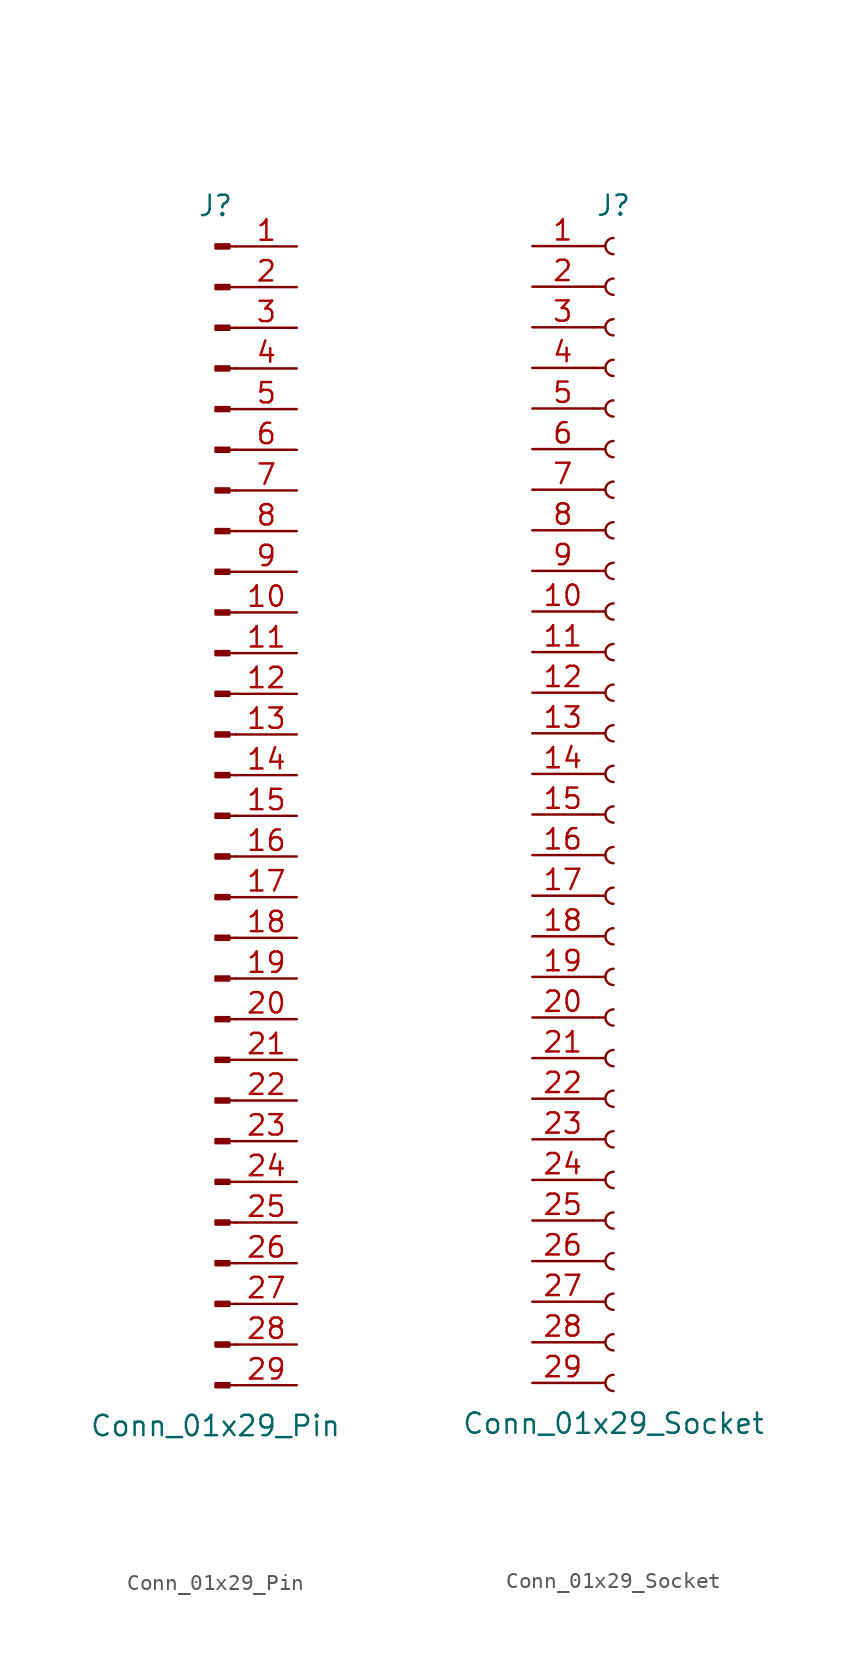
<source format=kicad_sym>
(kicad_symbol_lib
  (version 20220914)
  (generator kicad_symbol_editor)
  (symbol "Conn_01x29_Pin"
    (pin_names
      (offset 1.016) hide)
    (property "Reference" "J"
      (at 0 38.1 0)
      (effects (font (size 1.27 1.27))))
    (property "Value" "Conn_01x29_Pin"
      (at 0 -38.1 0)
      (effects (font (size 1.27 1.27))))
    (property "ki_locked" ""
      (at 0 0 0)
      (effects (font (size 1.27 1.27))))
    (symbol "Conn_01x29_Pin_1_1"
      (polyline (pts (xy 1.27 -35.56) (xy 0.864 -35.56)) (stroke (width 0.152) (type default)) (fill (type none)))
      (polyline (pts (xy 1.27 -33.02) (xy 0.864 -33.02)) (stroke (width 0.152) (type default)) (fill (type none)))
      (polyline (pts (xy 1.27 -30.48) (xy 0.864 -30.48)) (stroke (width 0.152) (type default)) (fill (type none)))
      (polyline (pts (xy 1.27 -27.94) (xy 0.864 -27.94)) (stroke (width 0.152) (type default)) (fill (type none)))
      (polyline (pts (xy 1.27 -25.4) (xy 0.864 -25.4)) (stroke (width 0.152) (type default)) (fill (type none)))
      (polyline (pts (xy 1.27 -22.86) (xy 0.864 -22.86)) (stroke (width 0.152) (type default)) (fill (type none)))
      (polyline (pts (xy 1.27 -20.32) (xy 0.864 -20.32)) (stroke (width 0.152) (type default)) (fill (type none)))
      (polyline (pts (xy 1.27 -17.78) (xy 0.864 -17.78)) (stroke (width 0.152) (type default)) (fill (type none)))
      (polyline (pts (xy 1.27 -15.24) (xy 0.864 -15.24)) (stroke (width 0.152) (type default)) (fill (type none)))
      (polyline (pts (xy 1.27 -12.7) (xy 0.864 -12.7)) (stroke (width 0.152) (type default)) (fill (type none)))
      (polyline (pts (xy 1.27 -10.16) (xy 0.864 -10.16)) (stroke (width 0.152) (type default)) (fill (type none)))
      (polyline (pts (xy 1.27 -7.62) (xy 0.864 -7.62)) (stroke (width 0.152) (type default)) (fill (type none)))
      (polyline (pts (xy 1.27 -5.08) (xy 0.864 -5.08)) (stroke (width 0.152) (type default)) (fill (type none)))
      (polyline (pts (xy 1.27 -2.54) (xy 0.864 -2.54)) (stroke (width 0.152) (type default)) (fill (type none)))
      (polyline (pts (xy 1.27 0) (xy 0.864 0)) (stroke (width 0.152) (type default)) (fill (type none)))
      (polyline (pts (xy 1.27 2.54) (xy 0.864 2.54)) (stroke (width 0.152) (type default)) (fill (type none)))
      (polyline (pts (xy 1.27 5.08) (xy 0.864 5.08)) (stroke (width 0.152) (type default)) (fill (type none)))
      (polyline (pts (xy 1.27 7.62) (xy 0.864 7.62)) (stroke (width 0.152) (type default)) (fill (type none)))
      (polyline (pts (xy 1.27 10.16) (xy 0.864 10.16)) (stroke (width 0.152) (type default)) (fill (type none)))
      (polyline (pts (xy 1.27 12.7) (xy 0.864 12.7)) (stroke (width 0.152) (type default)) (fill (type none)))
      (polyline (pts (xy 1.27 15.24) (xy 0.864 15.24)) (stroke (width 0.152) (type default)) (fill (type none)))
      (polyline (pts (xy 1.27 17.78) (xy 0.864 17.78)) (stroke (width 0.152) (type default)) (fill (type none)))
      (polyline (pts (xy 1.27 20.32) (xy 0.864 20.32)) (stroke (width 0.152) (type default)) (fill (type none)))
      (polyline (pts (xy 1.27 22.86) (xy 0.864 22.86)) (stroke (width 0.152) (type default)) (fill (type none)))
      (polyline (pts (xy 1.27 25.4) (xy 0.864 25.4)) (stroke (width 0.152) (type default)) (fill (type none)))
      (polyline (pts (xy 1.27 27.94) (xy 0.864 27.94)) (stroke (width 0.152) (type default)) (fill (type none)))
      (polyline (pts (xy 1.27 30.48) (xy 0.864 30.48)) (stroke (width 0.152) (type default)) (fill (type none)))
      (polyline (pts (xy 1.27 33.02) (xy 0.864 33.02)) (stroke (width 0.152) (type default)) (fill (type none)))
      (polyline (pts (xy 1.27 35.56) (xy 0.864 35.56)) (stroke (width 0.152) (type default)) (fill (type none)))
      (rectangle (start 0.864 -35.433) (end 0 -35.687) (stroke (width 0.152) (type default)) (fill (type outline)))
      (rectangle (start 0.864 -32.893) (end 0 -33.147) (stroke (width 0.152) (type default)) (fill (type outline)))
      (rectangle (start 0.864 -30.353) (end 0 -30.607) (stroke (width 0.152) (type default)) (fill (type outline)))
      (rectangle (start 0.864 -27.813) (end 0 -28.067) (stroke (width 0.152) (type default)) (fill (type outline)))
      (rectangle (start 0.864 -25.273) (end 0 -25.527) (stroke (width 0.152) (type default)) (fill (type outline)))
      (rectangle (start 0.864 -22.733) (end 0 -22.987) (stroke (width 0.152) (type default)) (fill (type outline)))
      (rectangle (start 0.864 -20.193) (end 0 -20.447) (stroke (width 0.152) (type default)) (fill (type outline)))
      (rectangle (start 0.864 -17.653) (end 0 -17.907) (stroke (width 0.152) (type default)) (fill (type outline)))
      (rectangle (start 0.864 -15.113) (end 0 -15.367) (stroke (width 0.152) (type default)) (fill (type outline)))
      (rectangle (start 0.864 -12.573) (end 0 -12.827) (stroke (width 0.152) (type default)) (fill (type outline)))
      (rectangle (start 0.864 -10.033) (end 0 -10.287) (stroke (width 0.152) (type default)) (fill (type outline)))
      (rectangle (start 0.864 -7.493) (end 0 -7.747) (stroke (width 0.152) (type default)) (fill (type outline)))
      (rectangle (start 0.864 -4.953) (end 0 -5.207) (stroke (width 0.152) (type default)) (fill (type outline)))
      (rectangle (start 0.864 -2.413) (end 0 -2.667) (stroke (width 0.152) (type default)) (fill (type outline)))
      (rectangle (start 0.864 0.127) (end 0 -0.127) (stroke (width 0.152) (type default)) (fill (type outline)))
      (rectangle (start 0.864 2.667) (end 0 2.413) (stroke (width 0.152) (type default)) (fill (type outline)))
      (rectangle (start 0.864 5.207) (end 0 4.953) (stroke (width 0.152) (type default)) (fill (type outline)))
      (rectangle (start 0.864 7.747) (end 0 7.493) (stroke (width 0.152) (type default)) (fill (type outline)))
      (rectangle (start 0.864 10.287) (end 0 10.033) (stroke (width 0.152) (type default)) (fill (type outline)))
      (rectangle (start 0.864 12.827) (end 0 12.573) (stroke (width 0.152) (type default)) (fill (type outline)))
      (rectangle (start 0.864 15.367) (end 0 15.113) (stroke (width 0.152) (type default)) (fill (type outline)))
      (rectangle (start 0.864 17.907) (end 0 17.653) (stroke (width 0.152) (type default)) (fill (type outline)))
      (rectangle (start 0.864 20.447) (end 0 20.193) (stroke (width 0.152) (type default)) (fill (type outline)))
      (rectangle (start 0.864 22.987) (end 0 22.733) (stroke (width 0.152) (type default)) (fill (type outline)))
      (rectangle (start 0.864 25.527) (end 0 25.273) (stroke (width 0.152) (type default)) (fill (type outline)))
      (rectangle (start 0.864 28.067) (end 0 27.813) (stroke (width 0.152) (type default)) (fill (type outline)))
      (rectangle (start 0.864 30.607) (end 0 30.353) (stroke (width 0.152) (type default)) (fill (type outline)))
      (rectangle (start 0.864 33.147) (end 0 32.893) (stroke (width 0.152) (type default)) (fill (type outline)))
      (rectangle (start 0.864 35.687) (end 0 35.433) (stroke (width 0.152) (type default)) (fill (type outline)))
      (pin passive line (at 5.08 35.56 180) (length 3.81) (name "Pin_1" (effects (font (size 1.27 1.27)))) (number "1" (effects (font (size 1.27 1.27)))))
      (pin passive line (at 5.08 12.7 180) (length 3.81) (name "Pin_10" (effects (font (size 1.27 1.27)))) (number "10" (effects (font (size 1.27 1.27)))))
      (pin passive line (at 5.08 10.16 180) (length 3.81) (name "Pin_11" (effects (font (size 1.27 1.27)))) (number "11" (effects (font (size 1.27 1.27)))))
      (pin passive line (at 5.08 7.62 180) (length 3.81) (name "Pin_12" (effects (font (size 1.27 1.27)))) (number "12" (effects (font (size 1.27 1.27)))))
      (pin passive line (at 5.08 5.08 180) (length 3.81) (name "Pin_13" (effects (font (size 1.27 1.27)))) (number "13" (effects (font (size 1.27 1.27)))))
      (pin passive line (at 5.08 2.54 180) (length 3.81) (name "Pin_14" (effects (font (size 1.27 1.27)))) (number "14" (effects (font (size 1.27 1.27)))))
      (pin passive line (at 5.08 0 180) (length 3.81) (name "Pin_15" (effects (font (size 1.27 1.27)))) (number "15" (effects (font (size 1.27 1.27)))))
      (pin passive line (at 5.08 -2.54 180) (length 3.81) (name "Pin_16" (effects (font (size 1.27 1.27)))) (number "16" (effects (font (size 1.27 1.27)))))
      (pin passive line (at 5.08 -5.08 180) (length 3.81) (name "Pin_17" (effects (font (size 1.27 1.27)))) (number "17" (effects (font (size 1.27 1.27)))))
      (pin passive line (at 5.08 -7.62 180) (length 3.81) (name "Pin_18" (effects (font (size 1.27 1.27)))) (number "18" (effects (font (size 1.27 1.27)))))
      (pin passive line (at 5.08 -10.16 180) (length 3.81) (name "Pin_19" (effects (font (size 1.27 1.27)))) (number "19" (effects (font (size 1.27 1.27)))))
      (pin passive line (at 5.08 33.02 180) (length 3.81) (name "Pin_2" (effects (font (size 1.27 1.27)))) (number "2" (effects (font (size 1.27 1.27)))))
      (pin passive line (at 5.08 -12.7 180) (length 3.81) (name "Pin_20" (effects (font (size 1.27 1.27)))) (number "20" (effects (font (size 1.27 1.27)))))
      (pin passive line (at 5.08 -15.24 180) (length 3.81) (name "Pin_21" (effects (font (size 1.27 1.27)))) (number "21" (effects (font (size 1.27 1.27)))))
      (pin passive line (at 5.08 -17.78 180) (length 3.81) (name "Pin_22" (effects (font (size 1.27 1.27)))) (number "22" (effects (font (size 1.27 1.27)))))
      (pin passive line (at 5.08 -20.32 180) (length 3.81) (name "Pin_23" (effects (font (size 1.27 1.27)))) (number "23" (effects (font (size 1.27 1.27)))))
      (pin passive line (at 5.08 -22.86 180) (length 3.81) (name "Pin_24" (effects (font (size 1.27 1.27)))) (number "24" (effects (font (size 1.27 1.27)))))
      (pin passive line (at 5.08 -25.4 180) (length 3.81) (name "Pin_25" (effects (font (size 1.27 1.27)))) (number "25" (effects (font (size 1.27 1.27)))))
      (pin passive line (at 5.08 -27.94 180) (length 3.81) (name "Pin_26" (effects (font (size 1.27 1.27)))) (number "26" (effects (font (size 1.27 1.27)))))
      (pin passive line (at 5.08 -30.48 180) (length 3.81) (name "Pin_27" (effects (font (size 1.27 1.27)))) (number "27" (effects (font (size 1.27 1.27)))))
      (pin passive line (at 5.08 -33.02 180) (length 3.81) (name "Pin_28" (effects (font (size 1.27 1.27)))) (number "28" (effects (font (size 1.27 1.27)))))
      (pin passive line (at 5.08 -35.56 180) (length 3.81) (name "Pin_29" (effects (font (size 1.27 1.27)))) (number "29" (effects (font (size 1.27 1.27)))))
      (pin passive line (at 5.08 30.48 180) (length 3.81) (name "Pin_3" (effects (font (size 1.27 1.27)))) (number "3" (effects (font (size 1.27 1.27)))))
      (pin passive line (at 5.08 27.94 180) (length 3.81) (name "Pin_4" (effects (font (size 1.27 1.27)))) (number "4" (effects (font (size 1.27 1.27)))))
      (pin passive line (at 5.08 25.4 180) (length 3.81) (name "Pin_5" (effects (font (size 1.27 1.27)))) (number "5" (effects (font (size 1.27 1.27)))))
      (pin passive line (at 5.08 22.86 180) (length 3.81) (name "Pin_6" (effects (font (size 1.27 1.27)))) (number "6" (effects (font (size 1.27 1.27)))))
      (pin passive line (at 5.08 20.32 180) (length 3.81) (name "Pin_7" (effects (font (size 1.27 1.27)))) (number "7" (effects (font (size 1.27 1.27)))))
      (pin passive line (at 5.08 17.78 180) (length 3.81) (name "Pin_8" (effects (font (size 1.27 1.27)))) (number "8" (effects (font (size 1.27 1.27)))))
      (pin passive line (at 5.08 15.24 180) (length 3.81) (name "Pin_9" (effects (font (size 1.27 1.27)))) (number "9" (effects (font (size 1.27 1.27)))))))
  (symbol "Conn_01x29_Socket"
    (pin_names
      (offset 1.016) hide)
    (property "Reference" "J"
      (at 0 38.1 0)
      (effects (font (size 1.27 1.27))))
    (property "Value" "Conn_01x29_Socket"
      (at 0 -38.1 0)
      (effects (font (size 1.27 1.27))))
    (property "ki_locked" ""
      (at 0 0 0)
      (effects (font (size 1.27 1.27))))
    (symbol "Conn_01x29_Socket_1_1"
      (arc (start 0 -35.052) (mid -0.5058 -35.56) (end 0 -36.068) (stroke (width 0.1524) (type default)) (fill (type none)))
      (arc (start 0 -32.512) (mid -0.5058 -33.02) (end 0 -33.528) (stroke (width 0.1524) (type default)) (fill (type none)))
      (arc (start 0 -29.972) (mid -0.5058 -30.48) (end 0 -30.988) (stroke (width 0.1524) (type default)) (fill (type none)))
      (arc (start 0 -27.432) (mid -0.5058 -27.94) (end 0 -28.448) (stroke (width 0.1524) (type default)) (fill (type none)))
      (arc (start 0 -24.892) (mid -0.5058 -25.4) (end 0 -25.908) (stroke (width 0.1524) (type default)) (fill (type none)))
      (arc (start 0 -22.352) (mid -0.5058 -22.86) (end 0 -23.368) (stroke (width 0.1524) (type default)) (fill (type none)))
      (arc (start 0 -19.812) (mid -0.5058 -20.32) (end 0 -20.828) (stroke (width 0.1524) (type default)) (fill (type none)))
      (arc (start 0 -17.272) (mid -0.5058 -17.78) (end 0 -18.288) (stroke (width 0.1524) (type default)) (fill (type none)))
      (arc (start 0 -14.732) (mid -0.5058 -15.24) (end 0 -15.748) (stroke (width 0.1524) (type default)) (fill (type none)))
      (arc (start 0 -12.192) (mid -0.5058 -12.7) (end 0 -13.208) (stroke (width 0.1524) (type default)) (fill (type none)))
      (arc (start 0 -9.652) (mid -0.5058 -10.16) (end 0 -10.668) (stroke (width 0.1524) (type default)) (fill (type none)))
      (arc (start 0 -7.112) (mid -0.5058 -7.62) (end 0 -8.128) (stroke (width 0.1524) (type default)) (fill (type none)))
      (arc (start 0 -4.572) (mid -0.5058 -5.08) (end 0 -5.588) (stroke (width 0.1524) (type default)) (fill (type none)))
      (arc (start 0 -2.032) (mid -0.5058 -2.54) (end 0 -3.048) (stroke (width 0.1524) (type default)) (fill (type none)))
      (polyline (pts (xy -1.27 -35.56) (xy -0.508 -35.56)) (stroke (width 0.152) (type default)) (fill (type none)))
      (polyline (pts (xy -1.27 -33.02) (xy -0.508 -33.02)) (stroke (width 0.152) (type default)) (fill (type none)))
      (polyline (pts (xy -1.27 -30.48) (xy -0.508 -30.48)) (stroke (width 0.152) (type default)) (fill (type none)))
      (polyline (pts (xy -1.27 -27.94) (xy -0.508 -27.94)) (stroke (width 0.152) (type default)) (fill (type none)))
      (polyline (pts (xy -1.27 -25.4) (xy -0.508 -25.4)) (stroke (width 0.152) (type default)) (fill (type none)))
      (polyline (pts (xy -1.27 -22.86) (xy -0.508 -22.86)) (stroke (width 0.152) (type default)) (fill (type none)))
      (polyline (pts (xy -1.27 -20.32) (xy -0.508 -20.32)) (stroke (width 0.152) (type default)) (fill (type none)))
      (polyline (pts (xy -1.27 -17.78) (xy -0.508 -17.78)) (stroke (width 0.152) (type default)) (fill (type none)))
      (polyline (pts (xy -1.27 -15.24) (xy -0.508 -15.24)) (stroke (width 0.152) (type default)) (fill (type none)))
      (polyline (pts (xy -1.27 -12.7) (xy -0.508 -12.7)) (stroke (width 0.152) (type default)) (fill (type none)))
      (polyline (pts (xy -1.27 -10.16) (xy -0.508 -10.16)) (stroke (width 0.152) (type default)) (fill (type none)))
      (polyline (pts (xy -1.27 -7.62) (xy -0.508 -7.62)) (stroke (width 0.152) (type default)) (fill (type none)))
      (polyline (pts (xy -1.27 -5.08) (xy -0.508 -5.08)) (stroke (width 0.152) (type default)) (fill (type none)))
      (polyline (pts (xy -1.27 -2.54) (xy -0.508 -2.54)) (stroke (width 0.152) (type default)) (fill (type none)))
      (polyline (pts (xy -1.27 0) (xy -0.508 0)) (stroke (width 0.152) (type default)) (fill (type none)))
      (polyline (pts (xy -1.27 2.54) (xy -0.508 2.54)) (stroke (width 0.152) (type default)) (fill (type none)))
      (polyline (pts (xy -1.27 5.08) (xy -0.508 5.08)) (stroke (width 0.152) (type default)) (fill (type none)))
      (polyline (pts (xy -1.27 7.62) (xy -0.508 7.62)) (stroke (width 0.152) (type default)) (fill (type none)))
      (polyline (pts (xy -1.27 10.16) (xy -0.508 10.16)) (stroke (width 0.152) (type default)) (fill (type none)))
      (polyline (pts (xy -1.27 12.7) (xy -0.508 12.7)) (stroke (width 0.152) (type default)) (fill (type none)))
      (polyline (pts (xy -1.27 15.24) (xy -0.508 15.24)) (stroke (width 0.152) (type default)) (fill (type none)))
      (polyline (pts (xy -1.27 17.78) (xy -0.508 17.78)) (stroke (width 0.152) (type default)) (fill (type none)))
      (polyline (pts (xy -1.27 20.32) (xy -0.508 20.32)) (stroke (width 0.152) (type default)) (fill (type none)))
      (polyline (pts (xy -1.27 22.86) (xy -0.508 22.86)) (stroke (width 0.152) (type default)) (fill (type none)))
      (polyline (pts (xy -1.27 25.4) (xy -0.508 25.4)) (stroke (width 0.152) (type default)) (fill (type none)))
      (polyline (pts (xy -1.27 27.94) (xy -0.508 27.94)) (stroke (width 0.152) (type default)) (fill (type none)))
      (polyline (pts (xy -1.27 30.48) (xy -0.508 30.48)) (stroke (width 0.152) (type default)) (fill (type none)))
      (polyline (pts (xy -1.27 33.02) (xy -0.508 33.02)) (stroke (width 0.152) (type default)) (fill (type none)))
      (polyline (pts (xy -1.27 35.56) (xy -0.508 35.56)) (stroke (width 0.152) (type default)) (fill (type none)))
      (arc (start 0 0.508) (mid -0.5058 0) (end 0 -0.508) (stroke (width 0.1524) (type default)) (fill (type none)))
      (arc (start 0 3.048) (mid -0.5058 2.54) (end 0 2.032) (stroke (width 0.1524) (type default)) (fill (type none)))
      (arc (start 0 5.588) (mid -0.5058 5.08) (end 0 4.572) (stroke (width 0.1524) (type default)) (fill (type none)))
      (arc (start 0 8.128) (mid -0.5058 7.62) (end 0 7.112) (stroke (width 0.1524) (type default)) (fill (type none)))
      (arc (start 0 10.668) (mid -0.5058 10.16) (end 0 9.652) (stroke (width 0.1524) (type default)) (fill (type none)))
      (arc (start 0 13.208) (mid -0.5058 12.7) (end 0 12.192) (stroke (width 0.1524) (type default)) (fill (type none)))
      (arc (start 0 15.748) (mid -0.5058 15.24) (end 0 14.732) (stroke (width 0.1524) (type default)) (fill (type none)))
      (arc (start 0 18.288) (mid -0.5058 17.78) (end 0 17.272) (stroke (width 0.1524) (type default)) (fill (type none)))
      (arc (start 0 20.828) (mid -0.5058 20.32) (end 0 19.812) (stroke (width 0.1524) (type default)) (fill (type none)))
      (arc (start 0 23.368) (mid -0.5058 22.86) (end 0 22.352) (stroke (width 0.1524) (type default)) (fill (type none)))
      (arc (start 0 25.908) (mid -0.5058 25.4) (end 0 24.892) (stroke (width 0.1524) (type default)) (fill (type none)))
      (arc (start 0 28.448) (mid -0.5058 27.94) (end 0 27.432) (stroke (width 0.1524) (type default)) (fill (type none)))
      (arc (start 0 30.988) (mid -0.5058 30.48) (end 0 29.972) (stroke (width 0.1524) (type default)) (fill (type none)))
      (arc (start 0 33.528) (mid -0.5058 33.02) (end 0 32.512) (stroke (width 0.1524) (type default)) (fill (type none)))
      (arc (start 0 36.068) (mid -0.5058 35.56) (end 0 35.052) (stroke (width 0.1524) (type default)) (fill (type none)))
      (pin passive line (at -5.08 35.56 0) (length 3.81) (name "Pin_1" (effects (font (size 1.27 1.27)))) (number "1" (effects (font (size 1.27 1.27)))))
      (pin passive line (at -5.08 12.7 0) (length 3.81) (name "Pin_10" (effects (font (size 1.27 1.27)))) (number "10" (effects (font (size 1.27 1.27)))))
      (pin passive line (at -5.08 10.16 0) (length 3.81) (name "Pin_11" (effects (font (size 1.27 1.27)))) (number "11" (effects (font (size 1.27 1.27)))))
      (pin passive line (at -5.08 7.62 0) (length 3.81) (name "Pin_12" (effects (font (size 1.27 1.27)))) (number "12" (effects (font (size 1.27 1.27)))))
      (pin passive line (at -5.08 5.08 0) (length 3.81) (name "Pin_13" (effects (font (size 1.27 1.27)))) (number "13" (effects (font (size 1.27 1.27)))))
      (pin passive line (at -5.08 2.54 0) (length 3.81) (name "Pin_14" (effects (font (size 1.27 1.27)))) (number "14" (effects (font (size 1.27 1.27)))))
      (pin passive line (at -5.08 0 0) (length 3.81) (name "Pin_15" (effects (font (size 1.27 1.27)))) (number "15" (effects (font (size 1.27 1.27)))))
      (pin passive line (at -5.08 -2.54 0) (length 3.81) (name "Pin_16" (effects (font (size 1.27 1.27)))) (number "16" (effects (font (size 1.27 1.27)))))
      (pin passive line (at -5.08 -5.08 0) (length 3.81) (name "Pin_17" (effects (font (size 1.27 1.27)))) (number "17" (effects (font (size 1.27 1.27)))))
      (pin passive line (at -5.08 -7.62 0) (length 3.81) (name "Pin_18" (effects (font (size 1.27 1.27)))) (number "18" (effects (font (size 1.27 1.27)))))
      (pin passive line (at -5.08 -10.16 0) (length 3.81) (name "Pin_19" (effects (font (size 1.27 1.27)))) (number "19" (effects (font (size 1.27 1.27)))))
      (pin passive line (at -5.08 33.02 0) (length 3.81) (name "Pin_2" (effects (font (size 1.27 1.27)))) (number "2" (effects (font (size 1.27 1.27)))))
      (pin passive line (at -5.08 -12.7 0) (length 3.81) (name "Pin_20" (effects (font (size 1.27 1.27)))) (number "20" (effects (font (size 1.27 1.27)))))
      (pin passive line (at -5.08 -15.24 0) (length 3.81) (name "Pin_21" (effects (font (size 1.27 1.27)))) (number "21" (effects (font (size 1.27 1.27)))))
      (pin passive line (at -5.08 -17.78 0) (length 3.81) (name "Pin_22" (effects (font (size 1.27 1.27)))) (number "22" (effects (font (size 1.27 1.27)))))
      (pin passive line (at -5.08 -20.32 0) (length 3.81) (name "Pin_23" (effects (font (size 1.27 1.27)))) (number "23" (effects (font (size 1.27 1.27)))))
      (pin passive line (at -5.08 -22.86 0) (length 3.81) (name "Pin_24" (effects (font (size 1.27 1.27)))) (number "24" (effects (font (size 1.27 1.27)))))
      (pin passive line (at -5.08 -25.4 0) (length 3.81) (name "Pin_25" (effects (font (size 1.27 1.27)))) (number "25" (effects (font (size 1.27 1.27)))))
      (pin passive line (at -5.08 -27.94 0) (length 3.81) (name "Pin_26" (effects (font (size 1.27 1.27)))) (number "26" (effects (font (size 1.27 1.27)))))
      (pin passive line (at -5.08 -30.48 0) (length 3.81) (name "Pin_27" (effects (font (size 1.27 1.27)))) (number "27" (effects (font (size 1.27 1.27)))))
      (pin passive line (at -5.08 -33.02 0) (length 3.81) (name "Pin_28" (effects (font (size 1.27 1.27)))) (number "28" (effects (font (size 1.27 1.27)))))
      (pin passive line (at -5.08 -35.56 0) (length 3.81) (name "Pin_29" (effects (font (size 1.27 1.27)))) (number "29" (effects (font (size 1.27 1.27)))))
      (pin passive line (at -5.08 30.48 0) (length 3.81) (name "Pin_3" (effects (font (size 1.27 1.27)))) (number "3" (effects (font (size 1.27 1.27)))))
      (pin passive line (at -5.08 27.94 0) (length 3.81) (name "Pin_4" (effects (font (size 1.27 1.27)))) (number "4" (effects (font (size 1.27 1.27)))))
      (pin passive line (at -5.08 25.4 0) (length 3.81) (name "Pin_5" (effects (font (size 1.27 1.27)))) (number "5" (effects (font (size 1.27 1.27)))))
      (pin passive line (at -5.08 22.86 0) (length 3.81) (name "Pin_6" (effects (font (size 1.27 1.27)))) (number "6" (effects (font (size 1.27 1.27)))))
      (pin passive line (at -5.08 20.32 0) (length 3.81) (name "Pin_7" (effects (font (size 1.27 1.27)))) (number "7" (effects (font (size 1.27 1.27)))))
      (pin passive line (at -5.08 17.78 0) (length 3.81) (name "Pin_8" (effects (font (size 1.27 1.27)))) (number "8" (effects (font (size 1.27 1.27)))))
      (pin passive line (at -5.08 15.24 0) (length 3.81) (name "Pin_9" (effects (font (size 1.27 1.27)))) (number "9" (effects (font (size 1.27 1.27))))))))
</source>
